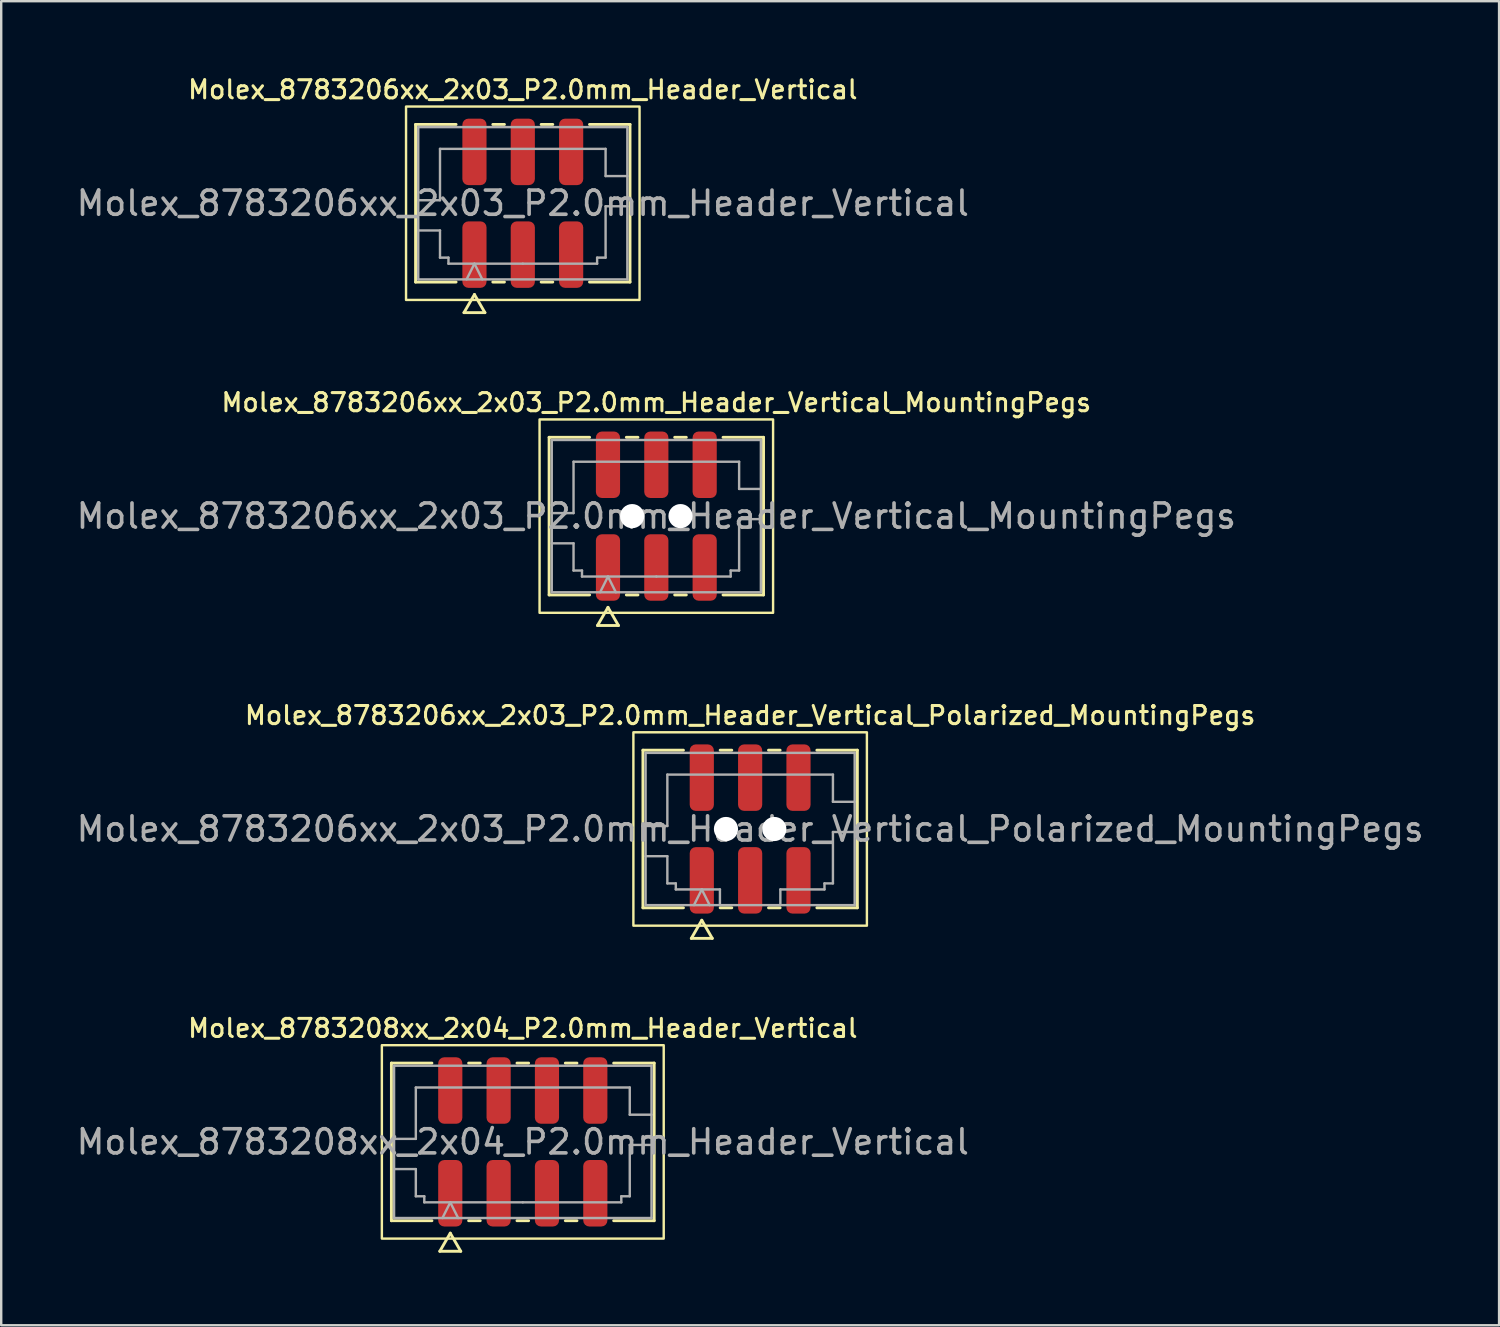
<source format=kicad_pcb>
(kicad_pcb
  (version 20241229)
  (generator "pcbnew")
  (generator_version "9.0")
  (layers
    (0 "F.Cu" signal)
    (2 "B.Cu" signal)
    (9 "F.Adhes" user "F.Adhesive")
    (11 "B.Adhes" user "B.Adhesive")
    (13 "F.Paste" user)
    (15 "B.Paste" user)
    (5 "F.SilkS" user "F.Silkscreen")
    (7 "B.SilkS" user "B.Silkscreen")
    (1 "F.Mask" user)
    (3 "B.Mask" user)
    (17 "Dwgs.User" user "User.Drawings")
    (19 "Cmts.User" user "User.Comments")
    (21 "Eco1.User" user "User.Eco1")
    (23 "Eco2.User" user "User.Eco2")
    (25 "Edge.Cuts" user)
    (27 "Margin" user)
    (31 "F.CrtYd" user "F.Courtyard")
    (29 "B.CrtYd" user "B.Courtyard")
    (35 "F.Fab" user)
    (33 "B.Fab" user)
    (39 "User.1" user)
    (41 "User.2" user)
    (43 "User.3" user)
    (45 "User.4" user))
  (footprint "Molex_8783206xx_2x03_P2.0mm_Header_Vertical_Polarized_MountingPegs"
    (layer "F.Cu")
    (at 27.982 31.244)
    (property "Reference" "Molex_8783206xx_2x03_P2.0mm_Header_Vertical_Polarized_MountingPegs" (at 0 -4.7 0) (layer "F.SilkS") (effects (font (size 0.75 0.75) (thickness 0.125))))
    (attr smd)
    (fp_line (start -4.435 -3.26) (end -2.76 -3.26) (stroke (width 0.12) (type solid)) (layer "F.SilkS"))
    (fp_line (start -4.435 3.26) (end -4.435 -3.26) (stroke (width 0.12) (type solid)) (layer "F.SilkS"))
    (fp_line (start -2.76 3.26) (end -4.435 3.26) (stroke (width 0.12) (type solid)) (layer "F.SilkS"))
    (fp_line (start -2.433 4.525) (end -2 3.775) (stroke (width 0.12) (type solid)) (layer "F.SilkS"))
    (fp_line (start -2 3.775) (end -1.567 4.525) (stroke (width 0.12) (type solid)) (layer "F.SilkS"))
    (fp_line (start -1.567 4.525) (end -2.433 4.525) (stroke (width 0.12) (type solid)) (layer "F.SilkS"))
    (fp_line (start -1.24 -3.26) (end -0.76 -3.26) (stroke (width 0.12) (type solid)) (layer "F.SilkS"))
    (fp_line (start -0.76 3.26) (end -1.24 3.26) (stroke (width 0.12) (type solid)) (layer "F.SilkS"))
    (fp_line (start 0.76 -3.26) (end 1.24 -3.26) (stroke (width 0.12) (type solid)) (layer "F.SilkS"))
    (fp_line (start 1.24 3.26) (end 0.76 3.26) (stroke (width 0.12) (type solid)) (layer "F.SilkS"))
    (fp_line (start 2.76 -3.26) (end 4.435 -3.26) (stroke (width 0.12) (type solid)) (layer "F.SilkS"))
    (fp_line (start 4.435 -3.26) (end 4.435 3.26) (stroke (width 0.12) (type solid)) (layer "F.SilkS"))
    (fp_line (start 4.435 3.26) (end 2.76 3.26) (stroke (width 0.12) (type solid)) (layer "F.SilkS"))
    (fp_rect (start -4.83 -4) (end 4.83 4) (stroke (width 0.1) (type solid)) (fill no) (layer "F.SilkS"))
    (fp_line (start -4.325 -3.15) (end 4.325 -3.15) (stroke (width 0.1) (type solid)) (layer "F.Fab"))
    (fp_line (start -4.325 -0.125) (end -3.425 -0.125) (stroke (width 0.1) (type solid)) (layer "F.Fab"))
    (fp_line (start -4.325 1.125) (end -3.425 1.125) (stroke (width 0.1) (type solid)) (layer "F.Fab"))
    (fp_line (start -4.325 3.15) (end -4.325 -3.15) (stroke (width 0.1) (type solid)) (layer "F.Fab"))
    (fp_line (start -3.425 -2.25) (end 3.425 -2.25) (stroke (width 0.1) (type solid)) (layer "F.Fab"))
    (fp_line (start -3.425 -0.125) (end -3.425 -2.25) (stroke (width 0.1) (type solid)) (layer "F.Fab"))
    (fp_line (start -3.425 1.125) (end -3.425 2.25) (stroke (width 0.1) (type solid)) (layer "F.Fab"))
    (fp_line (start -3.425 2.25) (end -3.075 2.25) (stroke (width 0.1) (type solid)) (layer "F.Fab"))
    (fp_line (start -3.075 2.25) (end -3.075 2.5) (stroke (width 0.1) (type solid)) (layer "F.Fab"))
    (fp_line (start -3.075 2.5) (end -1.25 2.5) (stroke (width 0.1) (type solid)) (layer "F.Fab"))
    (fp_line (start -2.325 3.15) (end -2 2.5) (stroke (width 0.1) (type solid)) (layer "F.Fab"))
    (fp_line (start -2 2.5) (end -1.675 3.15) (stroke (width 0.1) (type solid)) (layer "F.Fab"))
    (fp_line (start -1.25 2.5) (end -1.25 3.15) (stroke (width 0.1) (type solid)) (layer "F.Fab"))
    (fp_line (start 1.25 2.5) (end 1.25 3.15) (stroke (width 0.1) (type solid)) (layer "F.Fab"))
    (fp_line (start 1.25 2.5) (end 3.075 2.5) (stroke (width 0.1) (type solid)) (layer "F.Fab"))
    (fp_line (start 3.075 2.25) (end 3.425 2.25) (stroke (width 0.1) (type solid)) (layer "F.Fab"))
    (fp_line (start 3.075 2.5) (end 3.075 2.25) (stroke (width 0.1) (type solid)) (layer "F.Fab"))
    (fp_line (start 3.425 -2.25) (end 3.425 -1.125) (stroke (width 0.1) (type solid)) (layer "F.Fab"))
    (fp_line (start 3.425 -1.125) (end 4.325 -1.125) (stroke (width 0.1) (type solid)) (layer "F.Fab"))
    (fp_line (start 3.425 0.125) (end 4.325 0.125) (stroke (width 0.1) (type solid)) (layer "F.Fab"))
    (fp_line (start 3.425 2.25) (end 3.425 0.125) (stroke (width 0.1) (type solid)) (layer "F.Fab"))
    (fp_line (start 4.325 -3.15) (end 4.325 3.15) (stroke (width 0.1) (type solid)) (layer "F.Fab"))
    (fp_line (start 4.325 3.15) (end -4.325 3.15) (stroke (width 0.1) (type solid)) (layer "F.Fab"))
    (fp_text user "${REFERENCE}" (at 0 0 0) (layer "F.Fab") (effects (font (size 1 1) (thickness 0.15))))
    (pad "" np_thru_hole circle (at -1 0) (size 1 1) (drill 1) (layers "*.Cu" "*.Mask"))
    (pad "" np_thru_hole circle (at 1 0) (size 1 1) (drill 1) (layers "*.Cu" "*.Mask"))
    (pad "1" smd roundrect (at -2 2.125) (size 1 2.75) (layers "F.Cu" "F.Mask" "F.Paste") (roundrect_rratio 0.25))
    (pad "2" smd roundrect (at -2 -2.125) (size 1 2.75) (layers "F.Cu" "F.Mask" "F.Paste") (roundrect_rratio 0.25))
    (pad "3" smd roundrect (at 0 2.125) (size 1 2.75) (layers "F.Cu" "F.Mask" "F.Paste") (roundrect_rratio 0.25))
    (pad "4" smd roundrect (at 0 -2.125) (size 1 2.75) (layers "F.Cu" "F.Mask" "F.Paste") (roundrect_rratio 0.25))
    (pad "5" smd roundrect (at 2 2.125) (size 1 2.75) (layers "F.Cu" "F.Mask" "F.Paste") (roundrect_rratio 0.25))
    (pad "6" smd roundrect (at 2 -2.125) (size 1 2.75) (layers "F.Cu" "F.Mask" "F.Paste") (roundrect_rratio 0.25)))
  (footprint "Molex_8783206xx_2x03_P2.0mm_Header_Vertical"
    (layer "F.Cu")
    (at 18.577 5.358)
    (property "Reference" "Molex_8783206xx_2x03_P2.0mm_Header_Vertical" (at 0 -4.7 0) (layer "F.SilkS") (effects (font (size 0.75 0.75) (thickness 0.125))))
    (attr smd)
    (fp_line (start -4.435 -3.26) (end -2.76 -3.26) (stroke (width 0.12) (type solid)) (layer "F.SilkS"))
    (fp_line (start -4.435 3.26) (end -4.435 -3.26) (stroke (width 0.12) (type solid)) (layer "F.SilkS"))
    (fp_line (start -2.76 3.26) (end -4.435 3.26) (stroke (width 0.12) (type solid)) (layer "F.SilkS"))
    (fp_line (start -2.433 4.525) (end -2 3.775) (stroke (width 0.12) (type solid)) (layer "F.SilkS"))
    (fp_line (start -2 3.775) (end -1.567 4.525) (stroke (width 0.12) (type solid)) (layer "F.SilkS"))
    (fp_line (start -1.567 4.525) (end -2.433 4.525) (stroke (width 0.12) (type solid)) (layer "F.SilkS"))
    (fp_line (start -1.24 -3.26) (end -0.76 -3.26) (stroke (width 0.12) (type solid)) (layer "F.SilkS"))
    (fp_line (start -0.76 3.26) (end -1.24 3.26) (stroke (width 0.12) (type solid)) (layer "F.SilkS"))
    (fp_line (start 0.76 -3.26) (end 1.24 -3.26) (stroke (width 0.12) (type solid)) (layer "F.SilkS"))
    (fp_line (start 1.24 3.26) (end 0.76 3.26) (stroke (width 0.12) (type solid)) (layer "F.SilkS"))
    (fp_line (start 2.76 -3.26) (end 4.435 -3.26) (stroke (width 0.12) (type solid)) (layer "F.SilkS"))
    (fp_line (start 4.435 -3.26) (end 4.435 3.26) (stroke (width 0.12) (type solid)) (layer "F.SilkS"))
    (fp_line (start 4.435 3.26) (end 2.76 3.26) (stroke (width 0.12) (type solid)) (layer "F.SilkS"))
    (fp_rect (start -4.83 -4) (end 4.83 4) (stroke (width 0.1) (type solid)) (fill no) (layer "F.SilkS"))
    (fp_line (start -4.325 -3.15) (end 4.325 -3.15) (stroke (width 0.1) (type solid)) (layer "F.Fab"))
    (fp_line (start -4.325 -0.125) (end -3.425 -0.125) (stroke (width 0.1) (type solid)) (layer "F.Fab"))
    (fp_line (start -4.325 1.125) (end -3.425 1.125) (stroke (width 0.1) (type solid)) (layer "F.Fab"))
    (fp_line (start -4.325 3.15) (end -4.325 -3.15) (stroke (width 0.1) (type solid)) (layer "F.Fab"))
    (fp_line (start -3.425 -2.25) (end 3.425 -2.25) (stroke (width 0.1) (type solid)) (layer "F.Fab"))
    (fp_line (start -3.425 -0.125) (end -3.425 -2.25) (stroke (width 0.1) (type solid)) (layer "F.Fab"))
    (fp_line (start -3.425 1.125) (end -3.425 2.25) (stroke (width 0.1) (type solid)) (layer "F.Fab"))
    (fp_line (start -3.425 2.25) (end -3.075 2.25) (stroke (width 0.1) (type solid)) (layer "F.Fab"))
    (fp_line (start -3.075 2.25) (end -3.075 2.5) (stroke (width 0.1) (type solid)) (layer "F.Fab"))
    (fp_line (start -3.075 2.5) (end 0 2.5) (stroke (width 0.1) (type solid)) (layer "F.Fab"))
    (fp_line (start -2.325 3.15) (end -2 2.5) (stroke (width 0.1) (type solid)) (layer "F.Fab"))
    (fp_line (start -2 2.5) (end -1.675 3.15) (stroke (width 0.1) (type solid)) (layer "F.Fab"))
    (fp_line (start 0 2.5) (end 3.075 2.5) (stroke (width 0.1) (type solid)) (layer "F.Fab"))
    (fp_line (start 3.075 2.25) (end 3.425 2.25) (stroke (width 0.1) (type solid)) (layer "F.Fab"))
    (fp_line (start 3.075 2.5) (end 3.075 2.25) (stroke (width 0.1) (type solid)) (layer "F.Fab"))
    (fp_line (start 3.425 -2.25) (end 3.425 -1.125) (stroke (width 0.1) (type solid)) (layer "F.Fab"))
    (fp_line (start 3.425 -1.125) (end 4.325 -1.125) (stroke (width 0.1) (type solid)) (layer "F.Fab"))
    (fp_line (start 3.425 0.125) (end 4.325 0.125) (stroke (width 0.1) (type solid)) (layer "F.Fab"))
    (fp_line (start 3.425 2.25) (end 3.425 0.125) (stroke (width 0.1) (type solid)) (layer "F.Fab"))
    (fp_line (start 4.325 -3.15) (end 4.325 3.15) (stroke (width 0.1) (type solid)) (layer "F.Fab"))
    (fp_line (start 4.325 3.15) (end -4.325 3.15) (stroke (width 0.1) (type solid)) (layer "F.Fab"))
    (fp_text user "${REFERENCE}" (at 0 0 0) (layer "F.Fab") (effects (font (size 1 1) (thickness 0.15))))
    (pad "1" smd roundrect (at -2 2.125) (size 1 2.75) (layers "F.Cu" "F.Mask" "F.Paste") (roundrect_rratio 0.25))
    (pad "2" smd roundrect (at -2 -2.125) (size 1 2.75) (layers "F.Cu" "F.Mask" "F.Paste") (roundrect_rratio 0.25))
    (pad "3" smd roundrect (at 0 2.125) (size 1 2.75) (layers "F.Cu" "F.Mask" "F.Paste") (roundrect_rratio 0.25))
    (pad "4" smd roundrect (at 0 -2.125) (size 1 2.75) (layers "F.Cu" "F.Mask" "F.Paste") (roundrect_rratio 0.25))
    (pad "5" smd roundrect (at 2 2.125) (size 1 2.75) (layers "F.Cu" "F.Mask" "F.Paste") (roundrect_rratio 0.25))
    (pad "6" smd roundrect (at 2 -2.125) (size 1 2.75) (layers "F.Cu" "F.Mask" "F.Paste") (roundrect_rratio 0.25)))
  (footprint "Molex_8783208xx_2x04_P2.0mm_Header_Vertical"
    (layer "F.Cu")
    (at 18.577 44.188)
    (property "Reference" "Molex_8783208xx_2x04_P2.0mm_Header_Vertical" (at 0 -4.7 0) (layer "F.SilkS") (effects (font (size 0.75 0.75) (thickness 0.125))))
    (attr smd)
    (fp_line (start -5.435 -3.26) (end -3.76 -3.26) (stroke (width 0.12) (type solid)) (layer "F.SilkS"))
    (fp_line (start -5.435 3.26) (end -5.435 -3.26) (stroke (width 0.12) (type solid)) (layer "F.SilkS"))
    (fp_line (start -3.76 3.26) (end -5.435 3.26) (stroke (width 0.12) (type solid)) (layer "F.SilkS"))
    (fp_line (start -3.433 4.525) (end -3 3.775) (stroke (width 0.12) (type solid)) (layer "F.SilkS"))
    (fp_line (start -3 3.775) (end -2.567 4.525) (stroke (width 0.12) (type solid)) (layer "F.SilkS"))
    (fp_line (start -2.567 4.525) (end -3.433 4.525) (stroke (width 0.12) (type solid)) (layer "F.SilkS"))
    (fp_line (start -2.24 -3.26) (end -1.76 -3.26) (stroke (width 0.12) (type solid)) (layer "F.SilkS"))
    (fp_line (start -1.76 3.26) (end -2.24 3.26) (stroke (width 0.12) (type solid)) (layer "F.SilkS"))
    (fp_line (start -0.24 -3.26) (end 0.24 -3.26) (stroke (width 0.12) (type solid)) (layer "F.SilkS"))
    (fp_line (start 0.24 3.26) (end -0.24 3.26) (stroke (width 0.12) (type solid)) (layer "F.SilkS"))
    (fp_line (start 1.76 -3.26) (end 2.24 -3.26) (stroke (width 0.12) (type solid)) (layer "F.SilkS"))
    (fp_line (start 2.24 3.26) (end 1.76 3.26) (stroke (width 0.12) (type solid)) (layer "F.SilkS"))
    (fp_line (start 3.76 -3.26) (end 5.435 -3.26) (stroke (width 0.12) (type solid)) (layer "F.SilkS"))
    (fp_line (start 5.435 -3.26) (end 5.435 3.26) (stroke (width 0.12) (type solid)) (layer "F.SilkS"))
    (fp_line (start 5.435 3.26) (end 3.76 3.26) (stroke (width 0.12) (type solid)) (layer "F.SilkS"))
    (fp_rect (start -5.83 -4) (end 5.83 4) (stroke (width 0.1) (type solid)) (fill no) (layer "F.SilkS"))
    (fp_line (start -5.325 -3.15) (end 5.325 -3.15) (stroke (width 0.1) (type solid)) (layer "F.Fab"))
    (fp_line (start -5.325 -0.125) (end -4.425 -0.125) (stroke (width 0.1) (type solid)) (layer "F.Fab"))
    (fp_line (start -5.325 1.125) (end -4.425 1.125) (stroke (width 0.1) (type solid)) (layer "F.Fab"))
    (fp_line (start -5.325 3.15) (end -5.325 -3.15) (stroke (width 0.1) (type solid)) (layer "F.Fab"))
    (fp_line (start -4.425 -2.25) (end 4.425 -2.25) (stroke (width 0.1) (type solid)) (layer "F.Fab"))
    (fp_line (start -4.425 -0.125) (end -4.425 -2.25) (stroke (width 0.1) (type solid)) (layer "F.Fab"))
    (fp_line (start -4.425 1.125) (end -4.425 2.25) (stroke (width 0.1) (type solid)) (layer "F.Fab"))
    (fp_line (start -4.425 2.25) (end -4.075 2.25) (stroke (width 0.1) (type solid)) (layer "F.Fab"))
    (fp_line (start -4.075 2.25) (end -4.075 2.5) (stroke (width 0.1) (type solid)) (layer "F.Fab"))
    (fp_line (start -4.075 2.5) (end 0 2.5) (stroke (width 0.1) (type solid)) (layer "F.Fab"))
    (fp_line (start -3.325 3.15) (end -3 2.5) (stroke (width 0.1) (type solid)) (layer "F.Fab"))
    (fp_line (start -3 2.5) (end -2.675 3.15) (stroke (width 0.1) (type solid)) (layer "F.Fab"))
    (fp_line (start 0 2.5) (end 4.075 2.5) (stroke (width 0.1) (type solid)) (layer "F.Fab"))
    (fp_line (start 4.075 2.25) (end 4.425 2.25) (stroke (width 0.1) (type solid)) (layer "F.Fab"))
    (fp_line (start 4.075 2.5) (end 4.075 2.25) (stroke (width 0.1) (type solid)) (layer "F.Fab"))
    (fp_line (start 4.425 -2.25) (end 4.425 -1.125) (stroke (width 0.1) (type solid)) (layer "F.Fab"))
    (fp_line (start 4.425 -1.125) (end 5.325 -1.125) (stroke (width 0.1) (type solid)) (layer "F.Fab"))
    (fp_line (start 4.425 0.125) (end 5.325 0.125) (stroke (width 0.1) (type solid)) (layer "F.Fab"))
    (fp_line (start 4.425 2.25) (end 4.425 0.125) (stroke (width 0.1) (type solid)) (layer "F.Fab"))
    (fp_line (start 5.325 -3.15) (end 5.325 3.15) (stroke (width 0.1) (type solid)) (layer "F.Fab"))
    (fp_line (start 5.325 3.15) (end -5.325 3.15) (stroke (width 0.1) (type solid)) (layer "F.Fab"))
    (fp_text user "${REFERENCE}" (at 0 0 0) (layer "F.Fab") (effects (font (size 1 1) (thickness 0.15))))
    (pad "1" smd roundrect (at -3 2.125) (size 1 2.75) (layers "F.Cu" "F.Mask" "F.Paste") (roundrect_rratio 0.25))
    (pad "2" smd roundrect (at -3 -2.125) (size 1 2.75) (layers "F.Cu" "F.Mask" "F.Paste") (roundrect_rratio 0.25))
    (pad "3" smd roundrect (at -1 2.125) (size 1 2.75) (layers "F.Cu" "F.Mask" "F.Paste") (roundrect_rratio 0.25))
    (pad "4" smd roundrect (at -1 -2.125) (size 1 2.75) (layers "F.Cu" "F.Mask" "F.Paste") (roundrect_rratio 0.25))
    (pad "5" smd roundrect (at 1 2.125) (size 1 2.75) (layers "F.Cu" "F.Mask" "F.Paste") (roundrect_rratio 0.25))
    (pad "6" smd roundrect (at 1 -2.125) (size 1 2.75) (layers "F.Cu" "F.Mask" "F.Paste") (roundrect_rratio 0.25))
    (pad "7" smd roundrect (at 3 2.125) (size 1 2.75) (layers "F.Cu" "F.Mask" "F.Paste") (roundrect_rratio 0.25))
    (pad "8" smd roundrect (at 3 -2.125) (size 1 2.75) (layers "F.Cu" "F.Mask" "F.Paste") (roundrect_rratio 0.25)))
  (footprint "Molex_8783206xx_2x03_P2.0mm_Header_Vertical_MountingPegs"
    (layer "F.Cu")
    (at 24.101 18.301)
    (property "Reference" "Molex_8783206xx_2x03_P2.0mm_Header_Vertical_MountingPegs" (at 0 -4.7 0) (layer "F.SilkS") (effects (font (size 0.75 0.75) (thickness 0.125))))
    (attr smd)
    (fp_line (start -4.435 -3.26) (end -2.76 -3.26) (stroke (width 0.12) (type solid)) (layer "F.SilkS"))
    (fp_line (start -4.435 3.26) (end -4.435 -3.26) (stroke (width 0.12) (type solid)) (layer "F.SilkS"))
    (fp_line (start -2.76 3.26) (end -4.435 3.26) (stroke (width 0.12) (type solid)) (layer "F.SilkS"))
    (fp_line (start -2.433 4.525) (end -2 3.775) (stroke (width 0.12) (type solid)) (layer "F.SilkS"))
    (fp_line (start -2 3.775) (end -1.567 4.525) (stroke (width 0.12) (type solid)) (layer "F.SilkS"))
    (fp_line (start -1.567 4.525) (end -2.433 4.525) (stroke (width 0.12) (type solid)) (layer "F.SilkS"))
    (fp_line (start -1.24 -3.26) (end -0.76 -3.26) (stroke (width 0.12) (type solid)) (layer "F.SilkS"))
    (fp_line (start -0.76 3.26) (end -1.24 3.26) (stroke (width 0.12) (type solid)) (layer "F.SilkS"))
    (fp_line (start 0.76 -3.26) (end 1.24 -3.26) (stroke (width 0.12) (type solid)) (layer "F.SilkS"))
    (fp_line (start 1.24 3.26) (end 0.76 3.26) (stroke (width 0.12) (type solid)) (layer "F.SilkS"))
    (fp_line (start 2.76 -3.26) (end 4.435 -3.26) (stroke (width 0.12) (type solid)) (layer "F.SilkS"))
    (fp_line (start 4.435 -3.26) (end 4.435 3.26) (stroke (width 0.12) (type solid)) (layer "F.SilkS"))
    (fp_line (start 4.435 3.26) (end 2.76 3.26) (stroke (width 0.12) (type solid)) (layer "F.SilkS"))
    (fp_rect (start -4.83 -4) (end 4.83 4) (stroke (width 0.1) (type solid)) (fill no) (layer "F.SilkS"))
    (fp_line (start -4.325 -3.15) (end 4.325 -3.15) (stroke (width 0.1) (type solid)) (layer "F.Fab"))
    (fp_line (start -4.325 -0.125) (end -3.425 -0.125) (stroke (width 0.1) (type solid)) (layer "F.Fab"))
    (fp_line (start -4.325 1.125) (end -3.425 1.125) (stroke (width 0.1) (type solid)) (layer "F.Fab"))
    (fp_line (start -4.325 3.15) (end -4.325 -3.15) (stroke (width 0.1) (type solid)) (layer "F.Fab"))
    (fp_line (start -3.425 -2.25) (end 3.425 -2.25) (stroke (width 0.1) (type solid)) (layer "F.Fab"))
    (fp_line (start -3.425 -0.125) (end -3.425 -2.25) (stroke (width 0.1) (type solid)) (layer "F.Fab"))
    (fp_line (start -3.425 1.125) (end -3.425 2.25) (stroke (width 0.1) (type solid)) (layer "F.Fab"))
    (fp_line (start -3.425 2.25) (end -3.075 2.25) (stroke (width 0.1) (type solid)) (layer "F.Fab"))
    (fp_line (start -3.075 2.25) (end -3.075 2.5) (stroke (width 0.1) (type solid)) (layer "F.Fab"))
    (fp_line (start -3.075 2.5) (end 0 2.5) (stroke (width 0.1) (type solid)) (layer "F.Fab"))
    (fp_line (start -2.325 3.15) (end -2 2.5) (stroke (width 0.1) (type solid)) (layer "F.Fab"))
    (fp_line (start -2 2.5) (end -1.675 3.15) (stroke (width 0.1) (type solid)) (layer "F.Fab"))
    (fp_line (start 0 2.5) (end 3.075 2.5) (stroke (width 0.1) (type solid)) (layer "F.Fab"))
    (fp_line (start 3.075 2.25) (end 3.425 2.25) (stroke (width 0.1) (type solid)) (layer "F.Fab"))
    (fp_line (start 3.075 2.5) (end 3.075 2.25) (stroke (width 0.1) (type solid)) (layer "F.Fab"))
    (fp_line (start 3.425 -2.25) (end 3.425 -1.125) (stroke (width 0.1) (type solid)) (layer "F.Fab"))
    (fp_line (start 3.425 -1.125) (end 4.325 -1.125) (stroke (width 0.1) (type solid)) (layer "F.Fab"))
    (fp_line (start 3.425 0.125) (end 4.325 0.125) (stroke (width 0.1) (type solid)) (layer "F.Fab"))
    (fp_line (start 3.425 2.25) (end 3.425 0.125) (stroke (width 0.1) (type solid)) (layer "F.Fab"))
    (fp_line (start 4.325 -3.15) (end 4.325 3.15) (stroke (width 0.1) (type solid)) (layer "F.Fab"))
    (fp_line (start 4.325 3.15) (end -4.325 3.15) (stroke (width 0.1) (type solid)) (layer "F.Fab"))
    (fp_text user "${REFERENCE}" (at 0 0 0) (layer "F.Fab") (effects (font (size 1 1) (thickness 0.15))))
    (pad "" np_thru_hole circle (at -1 0) (size 1 1) (drill 1) (layers "*.Cu" "*.Mask"))
    (pad "" np_thru_hole circle (at 1 0) (size 1 1) (drill 1) (layers "*.Cu" "*.Mask"))
    (pad "1" smd roundrect (at -2 2.125) (size 1 2.75) (layers "F.Cu" "F.Mask" "F.Paste") (roundrect_rratio 0.25))
    (pad "2" smd roundrect (at -2 -2.125) (size 1 2.75) (layers "F.Cu" "F.Mask" "F.Paste") (roundrect_rratio 0.25))
    (pad "3" smd roundrect (at 0 2.125) (size 1 2.75) (layers "F.Cu" "F.Mask" "F.Paste") (roundrect_rratio 0.25))
    (pad "4" smd roundrect (at 0 -2.125) (size 1 2.75) (layers "F.Cu" "F.Mask" "F.Paste") (roundrect_rratio 0.25))
    (pad "5" smd roundrect (at 2 2.125) (size 1 2.75) (layers "F.Cu" "F.Mask" "F.Paste") (roundrect_rratio 0.25))
    (pad "6" smd roundrect (at 2 -2.125) (size 1 2.75) (layers "F.Cu" "F.Mask" "F.Paste") (roundrect_rratio 0.25)))
  (gr_rect
    (start -3 -3)
    (end 58.964 51.773)
    (stroke (width 0.1) (type default))
    (fill no)
    (layer "Edge.Cuts")))
</source>
